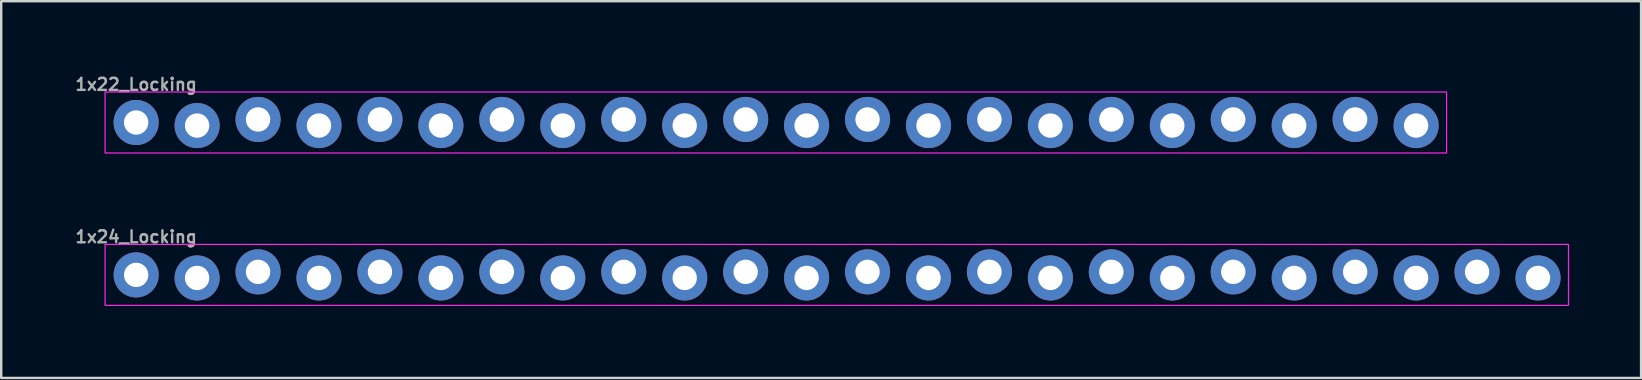
<source format=kicad_pcb>
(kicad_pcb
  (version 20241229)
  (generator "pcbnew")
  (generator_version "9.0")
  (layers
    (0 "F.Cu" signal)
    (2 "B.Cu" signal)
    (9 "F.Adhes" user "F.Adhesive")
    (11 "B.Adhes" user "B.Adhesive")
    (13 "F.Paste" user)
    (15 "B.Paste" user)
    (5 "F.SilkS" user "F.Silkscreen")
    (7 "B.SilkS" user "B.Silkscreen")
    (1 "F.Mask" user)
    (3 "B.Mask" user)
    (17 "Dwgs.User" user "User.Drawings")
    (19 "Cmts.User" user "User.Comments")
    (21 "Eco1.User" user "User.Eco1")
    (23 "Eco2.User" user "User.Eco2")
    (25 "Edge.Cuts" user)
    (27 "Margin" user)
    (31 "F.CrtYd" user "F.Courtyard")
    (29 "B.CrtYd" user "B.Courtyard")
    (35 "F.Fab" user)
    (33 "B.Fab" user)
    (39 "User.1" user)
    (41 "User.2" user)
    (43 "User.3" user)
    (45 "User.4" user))
  (footprint "1x24_Locking"
    (layer "F.Cu")
    (at 2.624 8.406)
    (property "Reference" "1x24_Locking" (at 0 -1.587 0) (layer "F.Fab") (effects (font (size 0.5 0.5) (thickness 0.1))))
    (fp_rect (start -1.295 -1.27) (end 59.69 1.27) (stroke (width 0.05) (type default)) (fill no) (layer "F.CrtYd"))
    (fp_poly (pts (xy -0.254 0.254) (xy 0.254 0.254) (xy 0.254 -0.254) (xy -0.254 -0.254)) (stroke (width 0.1) (type default)) (fill no) (layer "F.Fab"))
    (fp_poly (pts (xy 2.286 0.254) (xy 2.794 0.254) (xy 2.794 -0.254) (xy 2.286 -0.254)) (stroke (width 0.1) (type default)) (fill no) (layer "F.Fab"))
    (fp_poly (pts (xy 4.826 0.254) (xy 5.334 0.254) (xy 5.334 -0.254) (xy 4.826 -0.254)) (stroke (width 0.1) (type default)) (fill no) (layer "F.Fab"))
    (fp_poly (pts (xy 7.366 0.254) (xy 7.874 0.254) (xy 7.874 -0.254) (xy 7.366 -0.254)) (stroke (width 0.1) (type default)) (fill no) (layer "F.Fab"))
    (fp_poly (pts (xy 9.906 0.254) (xy 10.414 0.254) (xy 10.414 -0.254) (xy 9.906 -0.254)) (stroke (width 0.1) (type default)) (fill no) (layer "F.Fab"))
    (fp_poly (pts (xy 12.446 0.254) (xy 12.954 0.254) (xy 12.954 -0.254) (xy 12.446 -0.254)) (stroke (width 0.1) (type default)) (fill no) (layer "F.Fab"))
    (fp_poly (pts (xy 14.986 0.254) (xy 15.494 0.254) (xy 15.494 -0.254) (xy 14.986 -0.254)) (stroke (width 0.1) (type default)) (fill no) (layer "F.Fab"))
    (fp_poly (pts (xy 17.526 0.254) (xy 18.034 0.254) (xy 18.034 -0.254) (xy 17.526 -0.254)) (stroke (width 0.1) (type default)) (fill no) (layer "F.Fab"))
    (fp_poly (pts (xy 20.066 0.254) (xy 20.574 0.254) (xy 20.574 -0.254) (xy 20.066 -0.254)) (stroke (width 0.1) (type default)) (fill no) (layer "F.Fab"))
    (fp_poly (pts (xy 22.606 0.254) (xy 23.114 0.254) (xy 23.114 -0.254) (xy 22.606 -0.254)) (stroke (width 0.1) (type default)) (fill no) (layer "F.Fab"))
    (fp_poly (pts (xy 25.146 0.254) (xy 25.654 0.254) (xy 25.654 -0.254) (xy 25.146 -0.254)) (stroke (width 0.1) (type default)) (fill no) (layer "F.Fab"))
    (fp_poly (pts (xy 27.686 0.254) (xy 28.194 0.254) (xy 28.194 -0.254) (xy 27.686 -0.254)) (stroke (width 0.1) (type default)) (fill no) (layer "F.Fab"))
    (fp_poly (pts (xy 30.226 0.254) (xy 30.734 0.254) (xy 30.734 -0.254) (xy 30.226 -0.254)) (stroke (width 0.1) (type default)) (fill no) (layer "F.Fab"))
    (fp_poly (pts (xy 32.766 0.254) (xy 33.274 0.254) (xy 33.274 -0.254) (xy 32.766 -0.254)) (stroke (width 0.1) (type default)) (fill no) (layer "F.Fab"))
    (fp_poly (pts (xy 35.306 0.254) (xy 35.814 0.254) (xy 35.814 -0.254) (xy 35.306 -0.254)) (stroke (width 0.1) (type default)) (fill no) (layer "F.Fab"))
    (fp_poly (pts (xy 37.846 0.254) (xy 38.354 0.254) (xy 38.354 -0.254) (xy 37.846 -0.254)) (stroke (width 0.1) (type default)) (fill no) (layer "F.Fab"))
    (fp_poly (pts (xy 40.386 0.254) (xy 40.894 0.254) (xy 40.894 -0.254) (xy 40.386 -0.254)) (stroke (width 0.1) (type default)) (fill no) (layer "F.Fab"))
    (fp_poly (pts (xy 42.926 0.254) (xy 43.434 0.254) (xy 43.434 -0.254) (xy 42.926 -0.254)) (stroke (width 0.1) (type default)) (fill no) (layer "F.Fab"))
    (fp_poly (pts (xy 45.466 0.254) (xy 45.974 0.254) (xy 45.974 -0.254) (xy 45.466 -0.254)) (stroke (width 0.1) (type default)) (fill no) (layer "F.Fab"))
    (fp_poly (pts (xy 48.006 0.254) (xy 48.514 0.254) (xy 48.514 -0.254) (xy 48.006 -0.254)) (stroke (width 0.1) (type default)) (fill no) (layer "F.Fab"))
    (fp_poly (pts (xy 50.546 0.254) (xy 51.054 0.254) (xy 51.054 -0.254) (xy 50.546 -0.254)) (stroke (width 0.1) (type default)) (fill no) (layer "F.Fab"))
    (fp_poly (pts (xy 53.086 0.254) (xy 53.594 0.254) (xy 53.594 -0.254) (xy 53.086 -0.254)) (stroke (width 0.1) (type default)) (fill no) (layer "F.Fab"))
    (fp_poly (pts (xy 55.626 0.254) (xy 56.134 0.254) (xy 56.134 -0.254) (xy 55.626 -0.254)) (stroke (width 0.1) (type default)) (fill no) (layer "F.Fab"))
    (fp_poly (pts (xy 58.166 0.254) (xy 58.674 0.254) (xy 58.674 -0.254) (xy 58.166 -0.254)) (stroke (width 0.1) (type default)) (fill no) (layer "F.Fab"))
    (pad "1" thru_hole circle (at 0 0 90) (size 1.88 1.88) (drill 1.016) (layers "*.Cu" "*.Mask") (remove_unused_layers yes) (keep_end_layers yes) (zone_layer_connections))
    (pad "2" thru_hole circle (at 2.54 0.127 90) (size 1.88 1.88) (drill 1.016) (layers "*.Cu" "*.Mask") (remove_unused_layers yes) (keep_end_layers yes) (zone_layer_connections))
    (pad "3" thru_hole circle (at 5.08 -0.127 90) (size 1.88 1.88) (drill 1.016) (layers "*.Cu" "*.Mask") (remove_unused_layers yes) (keep_end_layers yes) (zone_layer_connections))
    (pad "4" thru_hole circle (at 7.62 0.127 90) (size 1.88 1.88) (drill 1.016) (layers "*.Cu" "*.Mask") (remove_unused_layers yes) (keep_end_layers yes) (zone_layer_connections))
    (pad "5" thru_hole circle (at 10.16 -0.127 90) (size 1.88 1.88) (drill 1.016) (layers "*.Cu" "*.Mask") (remove_unused_layers yes) (keep_end_layers yes) (zone_layer_connections))
    (pad "6" thru_hole circle (at 12.7 0.127 90) (size 1.88 1.88) (drill 1.016) (layers "*.Cu" "*.Mask") (remove_unused_layers yes) (keep_end_layers yes) (zone_layer_connections))
    (pad "7" thru_hole circle (at 15.24 -0.127 90) (size 1.88 1.88) (drill 1.016) (layers "*.Cu" "*.Mask") (remove_unused_layers yes) (keep_end_layers yes) (zone_layer_connections))
    (pad "8" thru_hole circle (at 17.78 0.127 90) (size 1.88 1.88) (drill 1.016) (layers "*.Cu" "*.Mask") (remove_unused_layers yes) (keep_end_layers yes) (zone_layer_connections))
    (pad "9" thru_hole circle (at 20.32 -0.127 90) (size 1.88 1.88) (drill 1.016) (layers "*.Cu" "*.Mask") (remove_unused_layers yes) (keep_end_layers yes) (zone_layer_connections))
    (pad "10" thru_hole circle (at 22.86 0.127 90) (size 1.88 1.88) (drill 1.016) (layers "*.Cu" "*.Mask") (remove_unused_layers yes) (keep_end_layers yes) (zone_layer_connections))
    (pad "11" thru_hole circle (at 25.4 -0.127 90) (size 1.88 1.88) (drill 1.016) (layers "*.Cu" "*.Mask") (remove_unused_layers yes) (keep_end_layers yes) (zone_layer_connections))
    (pad "12" thru_hole circle (at 27.94 0.127 90) (size 1.88 1.88) (drill 1.016) (layers "*.Cu" "*.Mask") (remove_unused_layers yes) (keep_end_layers yes) (zone_layer_connections))
    (pad "13" thru_hole circle (at 30.48 -0.127 90) (size 1.88 1.88) (drill 1.016) (layers "*.Cu" "*.Mask") (remove_unused_layers yes) (keep_end_layers yes) (zone_layer_connections))
    (pad "14" thru_hole circle (at 33.02 0.127 90) (size 1.88 1.88) (drill 1.016) (layers "*.Cu" "*.Mask") (remove_unused_layers yes) (keep_end_layers yes) (zone_layer_connections))
    (pad "15" thru_hole circle (at 35.56 -0.127 90) (size 1.88 1.88) (drill 1.016) (layers "*.Cu" "*.Mask") (remove_unused_layers yes) (keep_end_layers yes) (zone_layer_connections))
    (pad "16" thru_hole circle (at 38.1 0.127 90) (size 1.88 1.88) (drill 1.016) (layers "*.Cu" "*.Mask") (remove_unused_layers yes) (keep_end_layers yes) (zone_layer_connections))
    (pad "17" thru_hole circle (at 40.64 -0.127 90) (size 1.88 1.88) (drill 1.016) (layers "*.Cu" "*.Mask") (remove_unused_layers yes) (keep_end_layers yes) (zone_layer_connections))
    (pad "18" thru_hole circle (at 43.18 0.127 90) (size 1.88 1.88) (drill 1.016) (layers "*.Cu" "*.Mask") (remove_unused_layers yes) (keep_end_layers yes) (zone_layer_connections))
    (pad "19" thru_hole circle (at 45.72 -0.127 90) (size 1.88 1.88) (drill 1.016) (layers "*.Cu" "*.Mask") (remove_unused_layers yes) (keep_end_layers yes) (zone_layer_connections))
    (pad "20" thru_hole circle (at 48.26 0.127 90) (size 1.88 1.88) (drill 1.016) (layers "*.Cu" "*.Mask") (remove_unused_layers yes) (keep_end_layers yes) (zone_layer_connections))
    (pad "21" thru_hole circle (at 50.8 -0.127 90) (size 1.88 1.88) (drill 1.016) (layers "*.Cu" "*.Mask") (remove_unused_layers yes) (keep_end_layers yes) (zone_layer_connections))
    (pad "22" thru_hole circle (at 53.34 0.127 90) (size 1.88 1.88) (drill 1.016) (layers "*.Cu" "*.Mask") (remove_unused_layers yes) (keep_end_layers yes) (zone_layer_connections))
    (pad "23" thru_hole circle (at 55.88 -0.127 90) (size 1.88 1.88) (drill 1.016) (layers "*.Cu" "*.Mask") (remove_unused_layers yes) (keep_end_layers yes) (zone_layer_connections))
    (pad "24" thru_hole circle (at 58.42 0.127 90) (size 1.88 1.88) (drill 1.016) (layers "*.Cu" "*.Mask") (remove_unused_layers yes) (keep_end_layers yes) (zone_layer_connections)))
  (footprint "1x22_Locking"
    (layer "F.Cu")
    (at 2.624 2.055)
    (property "Reference" "1x22_Locking" (at 0 -1.587 0) (layer "F.Fab") (effects (font (size 0.5 0.5) (thickness 0.1))))
    (fp_rect (start -1.295 -1.27) (end 54.61 1.27) (stroke (width 0.05) (type default)) (fill no) (layer "F.CrtYd"))
    (fp_poly (pts (xy -0.254 0.254) (xy 0.254 0.254) (xy 0.254 -0.254) (xy -0.254 -0.254)) (stroke (width 0.1) (type default)) (fill no) (layer "F.Fab"))
    (fp_poly (pts (xy 2.286 0.254) (xy 2.794 0.254) (xy 2.794 -0.254) (xy 2.286 -0.254)) (stroke (width 0.1) (type default)) (fill no) (layer "F.Fab"))
    (fp_poly (pts (xy 4.826 0.254) (xy 5.334 0.254) (xy 5.334 -0.254) (xy 4.826 -0.254)) (stroke (width 0.1) (type default)) (fill no) (layer "F.Fab"))
    (fp_poly (pts (xy 7.366 0.254) (xy 7.874 0.254) (xy 7.874 -0.254) (xy 7.366 -0.254)) (stroke (width 0.1) (type default)) (fill no) (layer "F.Fab"))
    (fp_poly (pts (xy 9.906 0.254) (xy 10.414 0.254) (xy 10.414 -0.254) (xy 9.906 -0.254)) (stroke (width 0.1) (type default)) (fill no) (layer "F.Fab"))
    (fp_poly (pts (xy 12.446 0.254) (xy 12.954 0.254) (xy 12.954 -0.254) (xy 12.446 -0.254)) (stroke (width 0.1) (type default)) (fill no) (layer "F.Fab"))
    (fp_poly (pts (xy 14.986 0.254) (xy 15.494 0.254) (xy 15.494 -0.254) (xy 14.986 -0.254)) (stroke (width 0.1) (type default)) (fill no) (layer "F.Fab"))
    (fp_poly (pts (xy 17.526 0.254) (xy 18.034 0.254) (xy 18.034 -0.254) (xy 17.526 -0.254)) (stroke (width 0.1) (type default)) (fill no) (layer "F.Fab"))
    (fp_poly (pts (xy 20.066 0.254) (xy 20.574 0.254) (xy 20.574 -0.254) (xy 20.066 -0.254)) (stroke (width 0.1) (type default)) (fill no) (layer "F.Fab"))
    (fp_poly (pts (xy 22.606 0.254) (xy 23.114 0.254) (xy 23.114 -0.254) (xy 22.606 -0.254)) (stroke (width 0.1) (type default)) (fill no) (layer "F.Fab"))
    (fp_poly (pts (xy 25.146 0.254) (xy 25.654 0.254) (xy 25.654 -0.254) (xy 25.146 -0.254)) (stroke (width 0.1) (type default)) (fill no) (layer "F.Fab"))
    (fp_poly (pts (xy 27.686 0.254) (xy 28.194 0.254) (xy 28.194 -0.254) (xy 27.686 -0.254)) (stroke (width 0.1) (type default)) (fill no) (layer "F.Fab"))
    (fp_poly (pts (xy 30.226 0.254) (xy 30.734 0.254) (xy 30.734 -0.254) (xy 30.226 -0.254)) (stroke (width 0.1) (type default)) (fill no) (layer "F.Fab"))
    (fp_poly (pts (xy 32.766 0.254) (xy 33.274 0.254) (xy 33.274 -0.254) (xy 32.766 -0.254)) (stroke (width 0.1) (type default)) (fill no) (layer "F.Fab"))
    (fp_poly (pts (xy 35.306 0.254) (xy 35.814 0.254) (xy 35.814 -0.254) (xy 35.306 -0.254)) (stroke (width 0.1) (type default)) (fill no) (layer "F.Fab"))
    (fp_poly (pts (xy 37.846 0.254) (xy 38.354 0.254) (xy 38.354 -0.254) (xy 37.846 -0.254)) (stroke (width 0.1) (type default)) (fill no) (layer "F.Fab"))
    (fp_poly (pts (xy 40.386 0.254) (xy 40.894 0.254) (xy 40.894 -0.254) (xy 40.386 -0.254)) (stroke (width 0.1) (type default)) (fill no) (layer "F.Fab"))
    (fp_poly (pts (xy 42.926 0.254) (xy 43.434 0.254) (xy 43.434 -0.254) (xy 42.926 -0.254)) (stroke (width 0.1) (type default)) (fill no) (layer "F.Fab"))
    (fp_poly (pts (xy 45.466 0.254) (xy 45.974 0.254) (xy 45.974 -0.254) (xy 45.466 -0.254)) (stroke (width 0.1) (type default)) (fill no) (layer "F.Fab"))
    (fp_poly (pts (xy 48.006 0.254) (xy 48.514 0.254) (xy 48.514 -0.254) (xy 48.006 -0.254)) (stroke (width 0.1) (type default)) (fill no) (layer "F.Fab"))
    (fp_poly (pts (xy 50.546 0.254) (xy 51.054 0.254) (xy 51.054 -0.254) (xy 50.546 -0.254)) (stroke (width 0.1) (type default)) (fill no) (layer "F.Fab"))
    (fp_poly (pts (xy 53.086 0.254) (xy 53.594 0.254) (xy 53.594 -0.254) (xy 53.086 -0.254)) (stroke (width 0.1) (type default)) (fill no) (layer "F.Fab"))
    (pad "1" thru_hole circle (at 0 0 90) (size 1.88 1.88) (drill 1.016) (layers "*.Cu" "*.Mask") (remove_unused_layers yes) (keep_end_layers yes) (zone_layer_connections))
    (pad "2" thru_hole circle (at 2.54 0.127 90) (size 1.88 1.88) (drill 1.016) (layers "*.Cu" "*.Mask") (remove_unused_layers yes) (keep_end_layers yes) (zone_layer_connections))
    (pad "3" thru_hole circle (at 5.08 -0.127 90) (size 1.88 1.88) (drill 1.016) (layers "*.Cu" "*.Mask") (remove_unused_layers yes) (keep_end_layers yes) (zone_layer_connections))
    (pad "4" thru_hole circle (at 7.62 0.127 90) (size 1.88 1.88) (drill 1.016) (layers "*.Cu" "*.Mask") (remove_unused_layers yes) (keep_end_layers yes) (zone_layer_connections))
    (pad "5" thru_hole circle (at 10.16 -0.127 90) (size 1.88 1.88) (drill 1.016) (layers "*.Cu" "*.Mask") (remove_unused_layers yes) (keep_end_layers yes) (zone_layer_connections))
    (pad "6" thru_hole circle (at 12.7 0.127 90) (size 1.88 1.88) (drill 1.016) (layers "*.Cu" "*.Mask") (remove_unused_layers yes) (keep_end_layers yes) (zone_layer_connections))
    (pad "7" thru_hole circle (at 15.24 -0.127 90) (size 1.88 1.88) (drill 1.016) (layers "*.Cu" "*.Mask") (remove_unused_layers yes) (keep_end_layers yes) (zone_layer_connections))
    (pad "8" thru_hole circle (at 17.78 0.127 90) (size 1.88 1.88) (drill 1.016) (layers "*.Cu" "*.Mask") (remove_unused_layers yes) (keep_end_layers yes) (zone_layer_connections))
    (pad "9" thru_hole circle (at 20.32 -0.127 90) (size 1.88 1.88) (drill 1.016) (layers "*.Cu" "*.Mask") (remove_unused_layers yes) (keep_end_layers yes) (zone_layer_connections))
    (pad "10" thru_hole circle (at 22.86 0.127 90) (size 1.88 1.88) (drill 1.016) (layers "*.Cu" "*.Mask") (remove_unused_layers yes) (keep_end_layers yes) (zone_layer_connections))
    (pad "11" thru_hole circle (at 25.4 -0.127 90) (size 1.88 1.88) (drill 1.016) (layers "*.Cu" "*.Mask") (remove_unused_layers yes) (keep_end_layers yes) (zone_layer_connections))
    (pad "12" thru_hole circle (at 27.94 0.127 90) (size 1.88 1.88) (drill 1.016) (layers "*.Cu" "*.Mask") (remove_unused_layers yes) (keep_end_layers yes) (zone_layer_connections))
    (pad "13" thru_hole circle (at 30.48 -0.127 90) (size 1.88 1.88) (drill 1.016) (layers "*.Cu" "*.Mask") (remove_unused_layers yes) (keep_end_layers yes) (zone_layer_connections))
    (pad "14" thru_hole circle (at 33.02 0.127 90) (size 1.88 1.88) (drill 1.016) (layers "*.Cu" "*.Mask") (remove_unused_layers yes) (keep_end_layers yes) (zone_layer_connections))
    (pad "15" thru_hole circle (at 35.56 -0.127 90) (size 1.88 1.88) (drill 1.016) (layers "*.Cu" "*.Mask") (remove_unused_layers yes) (keep_end_layers yes) (zone_layer_connections))
    (pad "16" thru_hole circle (at 38.1 0.127 90) (size 1.88 1.88) (drill 1.016) (layers "*.Cu" "*.Mask") (remove_unused_layers yes) (keep_end_layers yes) (zone_layer_connections))
    (pad "17" thru_hole circle (at 40.64 -0.127 90) (size 1.88 1.88) (drill 1.016) (layers "*.Cu" "*.Mask") (remove_unused_layers yes) (keep_end_layers yes) (zone_layer_connections))
    (pad "18" thru_hole circle (at 43.18 0.127 90) (size 1.88 1.88) (drill 1.016) (layers "*.Cu" "*.Mask") (remove_unused_layers yes) (keep_end_layers yes) (zone_layer_connections))
    (pad "19" thru_hole circle (at 45.72 -0.127 90) (size 1.88 1.88) (drill 1.016) (layers "*.Cu" "*.Mask") (remove_unused_layers yes) (keep_end_layers yes) (zone_layer_connections))
    (pad "20" thru_hole circle (at 48.26 0.127 90) (size 1.88 1.88) (drill 1.016) (layers "*.Cu" "*.Mask") (remove_unused_layers yes) (keep_end_layers yes) (zone_layer_connections))
    (pad "21" thru_hole circle (at 50.8 -0.127 90) (size 1.88 1.88) (drill 1.016) (layers "*.Cu" "*.Mask") (remove_unused_layers yes) (keep_end_layers yes) (zone_layer_connections))
    (pad "22" thru_hole circle (at 53.34 0.127 90) (size 1.88 1.88) (drill 1.016) (layers "*.Cu" "*.Mask") (remove_unused_layers yes) (keep_end_layers yes) (zone_layer_connections)))
  (gr_rect
    (start -3 -3)
    (end 65.339 12.701)
    (stroke (width 0.1) (type default))
    (fill no)
    (layer "Edge.Cuts")))
</source>
